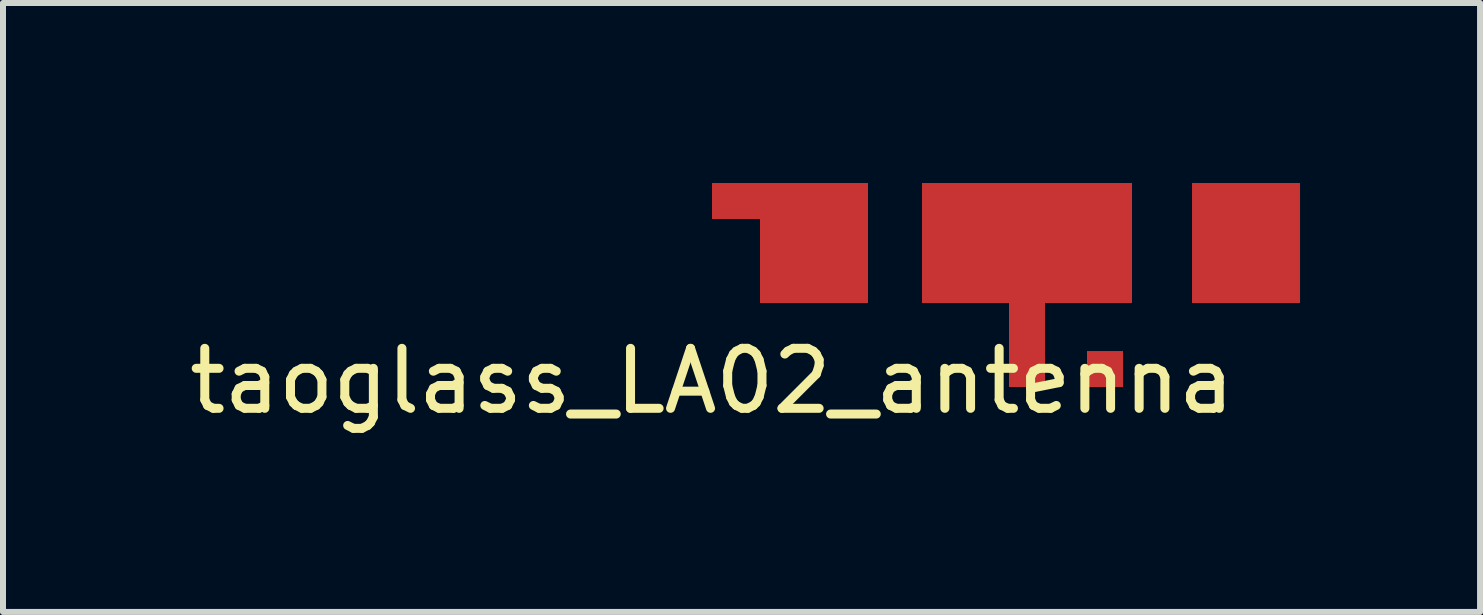
<source format=kicad_pcb>
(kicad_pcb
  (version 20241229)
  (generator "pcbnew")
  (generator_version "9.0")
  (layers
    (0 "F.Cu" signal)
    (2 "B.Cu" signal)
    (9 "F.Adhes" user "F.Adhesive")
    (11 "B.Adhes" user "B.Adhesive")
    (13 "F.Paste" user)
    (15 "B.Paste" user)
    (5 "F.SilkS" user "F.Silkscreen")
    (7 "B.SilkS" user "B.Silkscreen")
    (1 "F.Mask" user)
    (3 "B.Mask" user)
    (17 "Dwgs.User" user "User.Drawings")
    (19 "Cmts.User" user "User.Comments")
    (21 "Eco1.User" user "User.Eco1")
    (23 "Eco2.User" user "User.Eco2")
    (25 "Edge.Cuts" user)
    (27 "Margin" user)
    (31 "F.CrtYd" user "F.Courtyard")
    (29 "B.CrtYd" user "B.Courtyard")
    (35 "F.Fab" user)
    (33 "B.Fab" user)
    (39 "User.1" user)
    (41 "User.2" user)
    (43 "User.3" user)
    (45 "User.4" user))
  (footprint "taoglass_LA02_antenna"
    (layer "F.Cu")
    (at 8.815 2.8)
    (property "Reference" "taoglass_LA02_antenna" (at 0 0.5 0) (layer "F.SilkS") (effects (font (size 1 1) (thickness 0.15))))
    (attr through_hole)
    (fp_poly (pts (xy 5.55 0.05) (xy 4.95 0.05) (xy 4.95 -0.85) (xy 5.55 -0.85)) (stroke (width 0) (type solid)) (fill yes) (layer "F.Cu"))
    (pad "" smd rect (at 5.25 -1.8) (size 3.5 2) (layers "F.Cu" "F.Mask" "F.Paste"))
    (pad "" smd rect (at 5.25 0.3) (size 0.6 0.6) (layers "F.Cu" "F.Mask" "F.Paste"))
    (pad "1" smd rect (at 1.7 -1.8) (size 1.8 2) (layers "F.Cu" "F.Mask" "F.Paste"))
    (pad "2" smd rect (at 0.45 -2.5) (size 0.9 0.6) (layers "F.Cu"))
    (pad "2" smd rect (at 6.55 0.3) (size 0.6 0.6) (layers "F.Cu" "F.Mask" "F.Paste"))
    (pad "2" smd rect (at 8.9 -1.8) (size 1.8 2) (layers "F.Cu" "F.Mask" "F.Paste")))
  (gr_rect
    (start -3 -3)
    (end 21.615 7.148)
    (stroke (width 0.1) (type default))
    (fill no)
    (layer "Edge.Cuts")))
</source>
